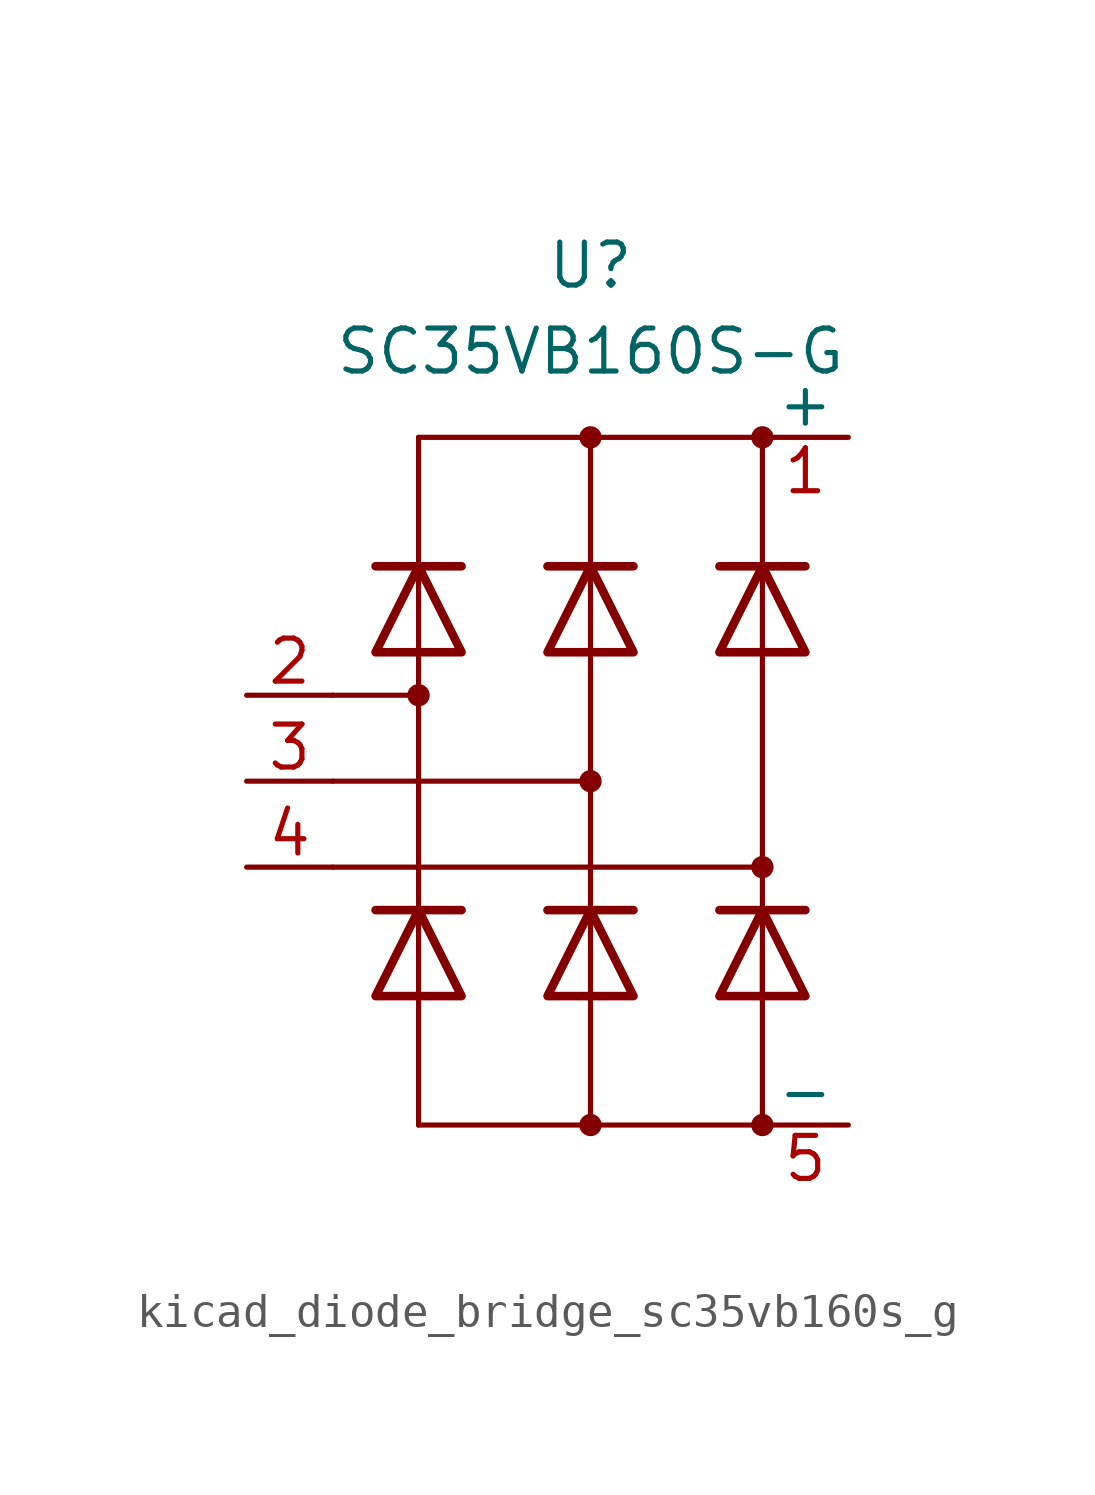
<source format=kicad_sym>
(kicad_symbol_lib
  (version 20220914)
  (generator kicad_symbol_editor)
  (symbol "kicad_diode_bridge_sc35vb160s_g"
    (pin_names
      (offset 0))
    (property "Reference" "U"
      (at 0 15.24 0)
      (effects (font (size 1.27 1.27))))
    (property "Value" "SC35VB160S-G"
      (at 0 12.7 0)
      (effects (font (size 1.27 1.27))))
    (symbol "kicad_diode_bridge_sc35vb160s_g_1_1"
      (circle (center -5.08 2.54) (radius 0.254) (stroke (width 0) (type default)) (fill (type outline)))
      (circle (center 0 -10.16) (radius 0.254) (stroke (width 0) (type default)) (fill (type outline)))
      (polyline (pts (xy -7.62 -2.54) (xy 5.08 -2.54)) (stroke (width 0) (type default)) (fill (type none)))
      (polyline (pts (xy -7.62 0) (xy 0 0)) (stroke (width 0) (type default)) (fill (type none)))
      (polyline (pts (xy -7.62 2.54) (xy -5.08 2.54)) (stroke (width 0) (type default)) (fill (type none)))
      (polyline (pts (xy -5.08 -10.16) (xy 5.08 -10.16)) (stroke (width 0) (type default)) (fill (type none)))
      (polyline (pts (xy -5.08 -6.35) (xy -5.08 -10.16)) (stroke (width 0) (type default)) (fill (type none)))
      (polyline (pts (xy -5.08 -6.35) (xy -5.08 -3.81)) (stroke (width 0) (type default)) (fill (type none)))
      (polyline (pts (xy -5.08 3.81) (xy -5.08 -3.81)) (stroke (width 0) (type default)) (fill (type none)))
      (polyline (pts (xy -5.08 3.81) (xy -5.08 6.35)) (stroke (width 0) (type default)) (fill (type none)))
      (polyline (pts (xy -5.08 10.16) (xy -5.08 6.35)) (stroke (width 0) (type default)) (fill (type none)))
      (polyline (pts (xy -5.08 10.16) (xy 5.08 10.16)) (stroke (width 0) (type default)) (fill (type none)))
      (polyline (pts (xy -3.81 -3.81) (xy -6.35 -3.81)) (stroke (width 0.254) (type default)) (fill (type none)))
      (polyline (pts (xy -3.81 6.35) (xy -6.35 6.35)) (stroke (width 0.254) (type default)) (fill (type none)))
      (polyline (pts (xy 0 -6.35) (xy 0 -10.16)) (stroke (width 0) (type default)) (fill (type none)))
      (polyline (pts (xy 0 -6.35) (xy 0 -3.81)) (stroke (width 0) (type default)) (fill (type none)))
      (polyline (pts (xy 0 3.81) (xy 0 -3.81)) (stroke (width 0) (type default)) (fill (type none)))
      (polyline (pts (xy 0 3.81) (xy 0 6.35)) (stroke (width 0) (type default)) (fill (type none)))
      (polyline (pts (xy 0 6.35) (xy 0 10.16)) (stroke (width 0) (type default)) (fill (type none)))
      (polyline (pts (xy 1.27 -3.81) (xy -1.27 -3.81)) (stroke (width 0.254) (type default)) (fill (type none)))
      (polyline (pts (xy 1.27 6.35) (xy -1.27 6.35)) (stroke (width 0.254) (type default)) (fill (type none)))
      (polyline (pts (xy 5.08 -10.16) (xy 5.08 -5.08)) (stroke (width 0) (type default)) (fill (type none)))
      (polyline (pts (xy 5.08 -6.35) (xy 5.08 -3.81)) (stroke (width 0) (type default)) (fill (type none)))
      (polyline (pts (xy 5.08 3.81) (xy 5.08 -3.81)) (stroke (width 0) (type default)) (fill (type none)))
      (polyline (pts (xy 5.08 3.81) (xy 5.08 6.35)) (stroke (width 0) (type default)) (fill (type none)))
      (polyline (pts (xy 5.08 10.16) (xy 5.08 6.35)) (stroke (width 0) (type default)) (fill (type none)))
      (polyline (pts (xy 6.35 -3.81) (xy 3.81 -3.81)) (stroke (width 0.254) (type default)) (fill (type none)))
      (polyline (pts (xy 6.35 6.35) (xy 3.81 6.35)) (stroke (width 0.254) (type default)) (fill (type none)))
      (polyline (pts (xy -3.81 -6.35) (xy -6.35 -6.35) (xy -5.08 -3.81) (xy -3.81 -6.35)) (stroke (width 0.254) (type default)) (fill (type none)))
      (polyline (pts (xy -3.81 3.81) (xy -6.35 3.81) (xy -5.08 6.35) (xy -3.81 3.81)) (stroke (width 0.254) (type default)) (fill (type none)))
      (polyline (pts (xy 1.27 -6.35) (xy -1.27 -6.35) (xy 0 -3.81) (xy 1.27 -6.35)) (stroke (width 0.254) (type default)) (fill (type none)))
      (polyline (pts (xy 1.27 3.81) (xy -1.27 3.81) (xy 0 6.35) (xy 1.27 3.81)) (stroke (width 0.254) (type default)) (fill (type none)))
      (polyline (pts (xy 6.35 -6.35) (xy 3.81 -6.35) (xy 5.08 -3.81) (xy 6.35 -6.35)) (stroke (width 0.254) (type default)) (fill (type none)))
      (polyline (pts (xy 6.35 3.81) (xy 3.81 3.81) (xy 5.08 6.35) (xy 6.35 3.81)) (stroke (width 0.254) (type default)) (fill (type none)))
      (circle (center 0 0) (radius 0.254) (stroke (width 0) (type default)) (fill (type outline)))
      (circle (center 0 10.16) (radius 0.254) (stroke (width 0) (type default)) (fill (type outline)))
      (circle (center 5.08 -10.16) (radius 0.254) (stroke (width 0) (type default)) (fill (type outline)))
      (circle (center 5.08 -2.54) (radius 0.254) (stroke (width 0) (type default)) (fill (type outline)))
      (circle (center 5.08 10.16) (radius 0.254) (stroke (width 0) (type default)) (fill (type outline)))
      (pin passive line (at 7.62 10.16 180) (length 2.54) (name "+" (effects (font (size 1.27 1.27)))) (number "1" (effects (font (size 1.27 1.27)))))
      (pin passive line (at -10.16 2.54 0) (length 2.54) (name "~" (effects (font (size 1.27 1.27)))) (number "2" (effects (font (size 1.27 1.27)))))
      (pin passive line (at -10.16 0 0) (length 2.54) (name "~" (effects (font (size 1.27 1.27)))) (number "3" (effects (font (size 1.27 1.27)))))
      (pin passive line (at -10.16 -2.54 0) (length 2.54) (name "~" (effects (font (size 1.27 1.27)))) (number "4" (effects (font (size 1.27 1.27)))))
      (pin passive line (at 7.62 -10.16 180) (length 2.54) (name "-" (effects (font (size 1.27 1.27)))) (number "5" (effects (font (size 1.27 1.27))))))))
</source>
